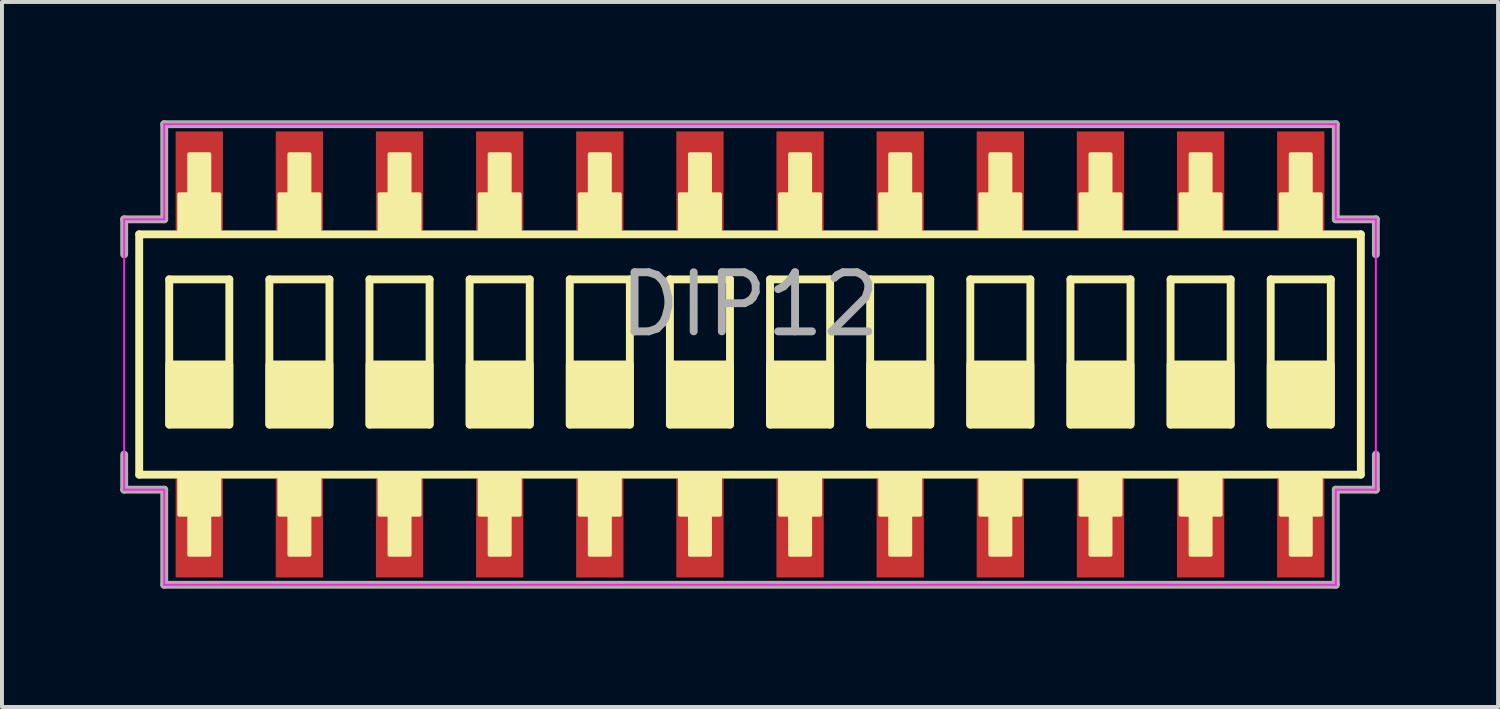
<source format=kicad_pcb>
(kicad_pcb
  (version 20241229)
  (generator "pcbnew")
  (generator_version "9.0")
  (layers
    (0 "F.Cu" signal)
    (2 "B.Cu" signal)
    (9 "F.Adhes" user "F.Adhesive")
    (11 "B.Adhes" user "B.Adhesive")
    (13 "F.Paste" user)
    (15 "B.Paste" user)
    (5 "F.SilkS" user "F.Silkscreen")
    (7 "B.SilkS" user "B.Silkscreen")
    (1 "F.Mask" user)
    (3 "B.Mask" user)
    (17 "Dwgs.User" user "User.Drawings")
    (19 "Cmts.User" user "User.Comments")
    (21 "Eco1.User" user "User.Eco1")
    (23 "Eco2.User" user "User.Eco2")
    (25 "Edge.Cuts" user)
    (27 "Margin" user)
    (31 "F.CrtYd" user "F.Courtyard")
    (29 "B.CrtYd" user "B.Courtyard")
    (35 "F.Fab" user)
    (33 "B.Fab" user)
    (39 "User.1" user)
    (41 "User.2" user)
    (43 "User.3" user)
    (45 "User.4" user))
  (footprint "DIP12"
    (layer "F.Cu")
    (at 15.975 5.942)
    (property "Reference" "DIP12" (at 0 -1.27 180) (layer "F.Fab") (effects (font (size 1.5 1.5) (thickness 0.2))))
    (attr through_hole)
    (fp_line (start -15.494 -3.048) (end -15.494 3.048) (stroke (width 0.2) (type solid)) (layer "F.SilkS"))
    (fp_line (start -15.494 3.048) (end 15.494 3.048) (stroke (width 0.2) (type solid)) (layer "F.SilkS"))
    (fp_line (start -14.732 -1.905) (end -13.208 -1.905) (stroke (width 0.2) (type solid)) (layer "F.SilkS"))
    (fp_line (start -14.732 1.778) (end -14.732 -1.905) (stroke (width 0.2) (type solid)) (layer "F.SilkS"))
    (fp_line (start -13.208 -1.905) (end -13.208 1.778) (stroke (width 0.2) (type solid)) (layer "F.SilkS"))
    (fp_line (start -12.192 -1.905) (end -10.668 -1.905) (stroke (width 0.2) (type solid)) (layer "F.SilkS"))
    (fp_line (start -12.192 1.778) (end -12.192 -1.905) (stroke (width 0.2) (type solid)) (layer "F.SilkS"))
    (fp_line (start -10.668 -1.905) (end -10.668 1.778) (stroke (width 0.2) (type solid)) (layer "F.SilkS"))
    (fp_line (start -9.652 -1.905) (end -8.128 -1.905) (stroke (width 0.2) (type solid)) (layer "F.SilkS"))
    (fp_line (start -9.652 1.778) (end -9.652 -1.905) (stroke (width 0.2) (type solid)) (layer "F.SilkS"))
    (fp_line (start -8.128 -1.905) (end -8.128 1.778) (stroke (width 0.2) (type solid)) (layer "F.SilkS"))
    (fp_line (start -7.112 -1.905) (end -5.588 -1.905) (stroke (width 0.2) (type solid)) (layer "F.SilkS"))
    (fp_line (start -7.112 1.778) (end -7.112 -1.905) (stroke (width 0.2) (type solid)) (layer "F.SilkS"))
    (fp_line (start -5.588 -1.905) (end -5.588 1.778) (stroke (width 0.2) (type solid)) (layer "F.SilkS"))
    (fp_line (start -4.572 -1.905) (end -3.048 -1.905) (stroke (width 0.2) (type solid)) (layer "F.SilkS"))
    (fp_line (start -4.572 1.778) (end -4.572 -1.905) (stroke (width 0.2) (type solid)) (layer "F.SilkS"))
    (fp_line (start -3.048 -1.905) (end -3.048 1.778) (stroke (width 0.2) (type solid)) (layer "F.SilkS"))
    (fp_line (start -2.032 -1.905) (end -0.508 -1.905) (stroke (width 0.2) (type solid)) (layer "F.SilkS"))
    (fp_line (start -2.032 1.778) (end -2.032 -1.905) (stroke (width 0.2) (type solid)) (layer "F.SilkS"))
    (fp_line (start -0.508 -1.905) (end -0.508 1.778) (stroke (width 0.2) (type solid)) (layer "F.SilkS"))
    (fp_line (start 0.508 -1.905) (end 2.032 -1.905) (stroke (width 0.2) (type solid)) (layer "F.SilkS"))
    (fp_line (start 0.508 1.778) (end 0.508 -1.905) (stroke (width 0.2) (type solid)) (layer "F.SilkS"))
    (fp_line (start 2.032 -1.905) (end 2.032 1.778) (stroke (width 0.2) (type solid)) (layer "F.SilkS"))
    (fp_line (start 3.048 -1.905) (end 4.572 -1.905) (stroke (width 0.2) (type solid)) (layer "F.SilkS"))
    (fp_line (start 3.048 1.778) (end 3.048 -1.905) (stroke (width 0.2) (type solid)) (layer "F.SilkS"))
    (fp_line (start 4.572 -1.905) (end 4.572 1.778) (stroke (width 0.2) (type solid)) (layer "F.SilkS"))
    (fp_line (start 5.588 -1.905) (end 7.112 -1.905) (stroke (width 0.2) (type solid)) (layer "F.SilkS"))
    (fp_line (start 5.588 1.778) (end 5.588 -1.905) (stroke (width 0.2) (type solid)) (layer "F.SilkS"))
    (fp_line (start 7.112 -1.905) (end 7.112 1.778) (stroke (width 0.2) (type solid)) (layer "F.SilkS"))
    (fp_line (start 8.128 -1.905) (end 9.652 -1.905) (stroke (width 0.2) (type solid)) (layer "F.SilkS"))
    (fp_line (start 8.128 1.778) (end 8.128 -1.905) (stroke (width 0.2) (type solid)) (layer "F.SilkS"))
    (fp_line (start 9.652 -1.905) (end 9.652 1.778) (stroke (width 0.2) (type solid)) (layer "F.SilkS"))
    (fp_line (start 10.668 -1.905) (end 10.668 1.778) (stroke (width 0.2) (type solid)) (layer "F.SilkS"))
    (fp_line (start 10.668 -1.905) (end 12.192 -1.905) (stroke (width 0.2) (type solid)) (layer "F.SilkS"))
    (fp_line (start 12.192 -1.905) (end 12.192 1.778) (stroke (width 0.2) (type solid)) (layer "F.SilkS"))
    (fp_line (start 13.208 -1.905) (end 14.732 -1.905) (stroke (width 0.2) (type solid)) (layer "F.SilkS"))
    (fp_line (start 13.208 1.778) (end 13.208 -1.905) (stroke (width 0.2) (type solid)) (layer "F.SilkS"))
    (fp_line (start 14.732 -1.905) (end 14.732 1.778) (stroke (width 0.2) (type solid)) (layer "F.SilkS"))
    (fp_line (start 15.494 -3.048) (end -15.494 -3.048) (stroke (width 0.2) (type solid)) (layer "F.SilkS"))
    (fp_line (start 15.494 -3.048) (end 15.494 3.048) (stroke (width 0.2) (type solid)) (layer "F.SilkS"))
    (fp_poly (pts (xy -13.208 1.778) (xy -14.732 1.778) (xy -14.732 0.254) (xy -13.208 0.254)) (stroke (width 0.2) (type solid)) (fill yes) (layer "F.SilkS"))
    (fp_poly (pts (xy -10.668 1.778) (xy -12.192 1.778) (xy -12.192 0.254) (xy -10.668 0.254)) (stroke (width 0.2) (type solid)) (fill yes) (layer "F.SilkS"))
    (fp_poly (pts (xy -8.128 1.778) (xy -9.652 1.778) (xy -9.652 0.254) (xy -8.128 0.254)) (stroke (width 0.2) (type solid)) (fill yes) (layer "F.SilkS"))
    (fp_poly (pts (xy -5.588 1.778) (xy -7.112 1.778) (xy -7.112 0.254) (xy -5.588 0.254)) (stroke (width 0.2) (type solid)) (fill yes) (layer "F.SilkS"))
    (fp_poly (pts (xy -3.048 1.778) (xy -4.572 1.778) (xy -4.572 0.254) (xy -3.048 0.254)) (stroke (width 0.2) (type solid)) (fill yes) (layer "F.SilkS"))
    (fp_poly (pts (xy -0.508 1.778) (xy -2.032 1.778) (xy -2.032 0.254) (xy -0.508 0.254)) (stroke (width 0.2) (type solid)) (fill yes) (layer "F.SilkS"))
    (fp_poly (pts (xy 2.032 1.778) (xy 0.508 1.778) (xy 0.508 0.254) (xy 2.032 0.254)) (stroke (width 0.2) (type solid)) (fill yes) (layer "F.SilkS"))
    (fp_poly (pts (xy 4.572 1.778) (xy 3.048 1.778) (xy 3.048 0.254) (xy 4.572 0.254)) (stroke (width 0.2) (type solid)) (fill yes) (layer "F.SilkS"))
    (fp_poly (pts (xy 7.112 1.778) (xy 5.588 1.778) (xy 5.588 0.254) (xy 7.112 0.254)) (stroke (width 0.2) (type solid)) (fill yes) (layer "F.SilkS"))
    (fp_poly (pts (xy 9.652 1.778) (xy 8.128 1.778) (xy 8.128 0.254) (xy 9.652 0.254)) (stroke (width 0.2) (type solid)) (fill yes) (layer "F.SilkS"))
    (fp_poly (pts (xy 12.192 1.778) (xy 10.668 1.778) (xy 10.668 0.254) (xy 12.192 0.254)) (stroke (width 0.2) (type solid)) (fill yes) (layer "F.SilkS"))
    (fp_poly (pts (xy 14.732 1.778) (xy 13.208 1.778) (xy 13.208 0.254) (xy 14.732 0.254)) (stroke (width 0.2) (type solid)) (fill yes) (layer "F.SilkS"))
    (fp_poly (pts (xy -14.224 4.064) (xy -14.478 4.064) (xy -14.478 3.048) (xy -13.462 3.048) (xy -13.462 4.064) (xy -13.716 4.064) (xy -13.716 5.08) (xy -14.224 5.08)) (stroke (width 0.1) (type solid)) (fill yes) (layer "F.SilkS"))
    (fp_poly (pts (xy -13.716 -4.064) (xy -13.462 -4.064) (xy -13.462 -3.048) (xy -14.478 -3.048) (xy -14.478 -4.064) (xy -14.224 -4.064) (xy -14.224 -5.08) (xy -13.716 -5.08)) (stroke (width 0.1) (type solid)) (fill yes) (layer "F.SilkS"))
    (fp_poly (pts (xy -11.684 4.064) (xy -11.938 4.064) (xy -11.938 3.048) (xy -10.922 3.048) (xy -10.922 4.064) (xy -11.176 4.064) (xy -11.176 5.08) (xy -11.684 5.08)) (stroke (width 0.1) (type solid)) (fill yes) (layer "F.SilkS"))
    (fp_poly (pts (xy -11.176 -4.064) (xy -10.922 -4.064) (xy -10.922 -3.048) (xy -11.938 -3.048) (xy -11.938 -4.064) (xy -11.684 -4.064) (xy -11.684 -5.08) (xy -11.176 -5.08)) (stroke (width 0.1) (type solid)) (fill yes) (layer "F.SilkS"))
    (fp_poly (pts (xy -9.144 4.064) (xy -9.398 4.064) (xy -9.398 3.048) (xy -8.382 3.048) (xy -8.382 4.064) (xy -8.636 4.064) (xy -8.636 5.08) (xy -9.144 5.08)) (stroke (width 0.1) (type solid)) (fill yes) (layer "F.SilkS"))
    (fp_poly (pts (xy -8.636 -4.064) (xy -8.382 -4.064) (xy -8.382 -3.048) (xy -9.398 -3.048) (xy -9.398 -4.064) (xy -9.144 -4.064) (xy -9.144 -5.08) (xy -8.636 -5.08)) (stroke (width 0.1) (type solid)) (fill yes) (layer "F.SilkS"))
    (fp_poly (pts (xy -6.604 4.064) (xy -6.858 4.064) (xy -6.858 3.048) (xy -5.842 3.048) (xy -5.842 4.064) (xy -6.096 4.064) (xy -6.096 5.08) (xy -6.604 5.08)) (stroke (width 0.1) (type solid)) (fill yes) (layer "F.SilkS"))
    (fp_poly (pts (xy -6.096 -4.064) (xy -5.842 -4.064) (xy -5.842 -3.048) (xy -6.858 -3.048) (xy -6.858 -4.064) (xy -6.604 -4.064) (xy -6.604 -5.08) (xy -6.096 -5.08)) (stroke (width 0.1) (type solid)) (fill yes) (layer "F.SilkS"))
    (fp_poly (pts (xy -4.064 4.064) (xy -4.318 4.064) (xy -4.318 3.048) (xy -3.302 3.048) (xy -3.302 4.064) (xy -3.556 4.064) (xy -3.556 5.08) (xy -4.064 5.08)) (stroke (width 0.1) (type solid)) (fill yes) (layer "F.SilkS"))
    (fp_poly (pts (xy -3.556 -4.064) (xy -3.302 -4.064) (xy -3.302 -3.048) (xy -4.318 -3.048) (xy -4.318 -4.064) (xy -4.064 -4.064) (xy -4.064 -5.08) (xy -3.556 -5.08)) (stroke (width 0.1) (type solid)) (fill yes) (layer "F.SilkS"))
    (fp_poly (pts (xy -1.524 4.064) (xy -1.778 4.064) (xy -1.778 3.048) (xy -0.762 3.048) (xy -0.762 4.064) (xy -1.016 4.064) (xy -1.016 5.08) (xy -1.524 5.08)) (stroke (width 0.1) (type solid)) (fill yes) (layer "F.SilkS"))
    (fp_poly (pts (xy -1.016 -4.064) (xy -0.762 -4.064) (xy -0.762 -3.048) (xy -1.778 -3.048) (xy -1.778 -4.064) (xy -1.524 -4.064) (xy -1.524 -5.08) (xy -1.016 -5.08)) (stroke (width 0.1) (type solid)) (fill yes) (layer "F.SilkS"))
    (fp_poly (pts (xy 1.016 4.064) (xy 0.762 4.064) (xy 0.762 3.048) (xy 1.778 3.048) (xy 1.778 4.064) (xy 1.524 4.064) (xy 1.524 5.08) (xy 1.016 5.08)) (stroke (width 0.1) (type solid)) (fill yes) (layer "F.SilkS"))
    (fp_poly (pts (xy 1.524 -4.064) (xy 1.778 -4.064) (xy 1.778 -3.048) (xy 0.762 -3.048) (xy 0.762 -4.064) (xy 1.016 -4.064) (xy 1.016 -5.08) (xy 1.524 -5.08)) (stroke (width 0.1) (type solid)) (fill yes) (layer "F.SilkS"))
    (fp_poly (pts (xy 3.556 4.064) (xy 3.302 4.064) (xy 3.302 3.048) (xy 4.318 3.048) (xy 4.318 4.064) (xy 4.064 4.064) (xy 4.064 5.08) (xy 3.556 5.08)) (stroke (width 0.1) (type solid)) (fill yes) (layer "F.SilkS"))
    (fp_poly (pts (xy 4.064 -4.064) (xy 4.318 -4.064) (xy 4.318 -3.048) (xy 3.302 -3.048) (xy 3.302 -4.064) (xy 3.556 -4.064) (xy 3.556 -5.08) (xy 4.064 -5.08)) (stroke (width 0.1) (type solid)) (fill yes) (layer "F.SilkS"))
    (fp_poly (pts (xy 6.096 4.064) (xy 5.842 4.064) (xy 5.842 3.048) (xy 6.858 3.048) (xy 6.858 4.064) (xy 6.604 4.064) (xy 6.604 5.08) (xy 6.096 5.08)) (stroke (width 0.1) (type solid)) (fill yes) (layer "F.SilkS"))
    (fp_poly (pts (xy 6.604 -4.064) (xy 6.858 -4.064) (xy 6.858 -3.048) (xy 5.842 -3.048) (xy 5.842 -4.064) (xy 6.096 -4.064) (xy 6.096 -5.08) (xy 6.604 -5.08)) (stroke (width 0.1) (type solid)) (fill yes) (layer "F.SilkS"))
    (fp_poly (pts (xy 8.636 4.064) (xy 8.382 4.064) (xy 8.382 3.048) (xy 9.398 3.048) (xy 9.398 4.064) (xy 9.144 4.064) (xy 9.144 5.08) (xy 8.636 5.08)) (stroke (width 0.1) (type solid)) (fill yes) (layer "F.SilkS"))
    (fp_poly (pts (xy 9.144 -4.064) (xy 9.398 -4.064) (xy 9.398 -3.048) (xy 8.382 -3.048) (xy 8.382 -4.064) (xy 8.636 -4.064) (xy 8.636 -5.08) (xy 9.144 -5.08)) (stroke (width 0.1) (type solid)) (fill yes) (layer "F.SilkS"))
    (fp_poly (pts (xy 11.176 4.064) (xy 10.922 4.064) (xy 10.922 3.048) (xy 11.938 3.048) (xy 11.938 4.064) (xy 11.684 4.064) (xy 11.684 5.08) (xy 11.176 5.08)) (stroke (width 0.1) (type solid)) (fill yes) (layer "F.SilkS"))
    (fp_poly (pts (xy 11.684 -4.064) (xy 11.938 -4.064) (xy 11.938 -3.048) (xy 10.922 -3.048) (xy 10.922 -4.064) (xy 11.176 -4.064) (xy 11.176 -5.08) (xy 11.684 -5.08)) (stroke (width 0.1) (type solid)) (fill yes) (layer "F.SilkS"))
    (fp_poly (pts (xy 13.716 4.064) (xy 13.462 4.064) (xy 13.462 3.048) (xy 14.478 3.048) (xy 14.478 4.064) (xy 14.224 4.064) (xy 14.224 5.08) (xy 13.716 5.08)) (stroke (width 0.1) (type solid)) (fill yes) (layer "F.SilkS"))
    (fp_poly (pts (xy 14.224 -4.064) (xy 14.478 -4.064) (xy 14.478 -3.048) (xy 13.462 -3.048) (xy 13.462 -4.064) (xy 13.716 -4.064) (xy 13.716 -5.08) (xy 14.224 -5.08)) (stroke (width 0.1) (type solid)) (fill yes) (layer "F.SilkS"))
    (fp_line (start -15.875 3.429) (end -15.875 -3.429) (stroke (width 0.05) (type solid)) (layer "F.CrtYd"))
    (fp_line (start -14.859 -3.429) (end -15.875 -3.429) (stroke (width 0.05) (type solid)) (layer "F.CrtYd"))
    (fp_line (start -14.859 -3.429) (end -14.859 -5.842) (stroke (width 0.05) (type solid)) (layer "F.CrtYd"))
    (fp_line (start -14.859 3.429) (end -15.875 3.429) (stroke (width 0.05) (type solid)) (layer "F.CrtYd"))
    (fp_line (start -14.859 5.842) (end -14.859 3.429) (stroke (width 0.05) (type solid)) (layer "F.CrtYd"))
    (fp_line (start 14.859 -5.842) (end -14.859 -5.842) (stroke (width 0.05) (type solid)) (layer "F.CrtYd"))
    (fp_line (start 14.859 -3.429) (end 14.859 -5.842) (stroke (width 0.05) (type solid)) (layer "F.CrtYd"))
    (fp_line (start 14.859 5.842) (end -14.859 5.842) (stroke (width 0.05) (type solid)) (layer "F.CrtYd"))
    (fp_line (start 14.859 5.842) (end 14.859 3.429) (stroke (width 0.05) (type solid)) (layer "F.CrtYd"))
    (fp_line (start 15.875 -3.429) (end 14.859 -3.429) (stroke (width 0.05) (type solid)) (layer "F.CrtYd"))
    (fp_line (start 15.875 3.429) (end 14.859 3.429) (stroke (width 0.05) (type solid)) (layer "F.CrtYd"))
    (fp_line (start 15.875 3.429) (end 15.875 -3.429) (stroke (width 0.05) (type solid)) (layer "F.CrtYd"))
    (fp_line (start -15.875 -3.429) (end -15.875 -2.54) (stroke (width 0.2) (type solid)) (layer "F.Fab"))
    (fp_line (start -15.875 2.54) (end -15.875 3.429) (stroke (width 0.2) (type solid)) (layer "F.Fab"))
    (fp_line (start -14.859 -5.842) (end -14.859 -3.429) (stroke (width 0.2) (type solid)) (layer "F.Fab"))
    (fp_line (start -14.859 -5.842) (end 14.859 -5.842) (stroke (width 0.2) (type solid)) (layer "F.Fab"))
    (fp_line (start -14.859 -3.429) (end -15.875 -3.429) (stroke (width 0.2) (type solid)) (layer "F.Fab"))
    (fp_line (start -14.859 3.429) (end -15.875 3.429) (stroke (width 0.2) (type solid)) (layer "F.Fab"))
    (fp_line (start -14.859 3.429) (end -14.859 5.842) (stroke (width 0.2) (type solid)) (layer "F.Fab"))
    (fp_line (start -14.859 5.842) (end 14.859 5.842) (stroke (width 0.2) (type solid)) (layer "F.Fab"))
    (fp_line (start 14.859 -5.842) (end 14.859 -3.429) (stroke (width 0.2) (type solid)) (layer "F.Fab"))
    (fp_line (start 14.859 3.429) (end 14.859 5.842) (stroke (width 0.2) (type solid)) (layer "F.Fab"))
    (fp_line (start 15.875 -3.429) (end 14.859 -3.429) (stroke (width 0.2) (type solid)) (layer "F.Fab"))
    (fp_line (start 15.875 -3.429) (end 15.875 -2.54) (stroke (width 0.2) (type solid)) (layer "F.Fab"))
    (fp_line (start 15.875 2.54) (end 15.875 3.429) (stroke (width 0.2) (type solid)) (layer "F.Fab"))
    (fp_line (start 15.875 3.429) (end 14.859 3.429) (stroke (width 0.2) (type solid)) (layer "F.Fab"))
    (pad "1" smd rect (at -13.97 4.407) (size 1.2 2.5) (layers "F.Cu" "F.Mask" "F.Paste"))
    (pad "2" smd rect (at -13.97 -4.407) (size 1.2 2.5) (layers "F.Cu" "F.Mask" "F.Paste"))
    (pad "3" smd rect (at -11.43 4.407) (size 1.2 2.5) (layers "F.Cu" "F.Mask" "F.Paste"))
    (pad "4" smd rect (at -11.43 -4.407) (size 1.2 2.5) (layers "F.Cu" "F.Mask" "F.Paste"))
    (pad "5" smd rect (at -8.89 4.407) (size 1.2 2.5) (layers "F.Cu" "F.Mask" "F.Paste"))
    (pad "6" smd rect (at -8.89 -4.407) (size 1.2 2.5) (layers "F.Cu" "F.Mask" "F.Paste"))
    (pad "7" smd rect (at -6.35 4.407) (size 1.2 2.5) (layers "F.Cu" "F.Mask" "F.Paste"))
    (pad "8" smd rect (at -6.35 -4.407) (size 1.2 2.5) (layers "F.Cu" "F.Mask" "F.Paste"))
    (pad "9" smd rect (at -3.81 4.407) (size 1.2 2.5) (layers "F.Cu" "F.Mask" "F.Paste"))
    (pad "10" smd rect (at -3.81 -4.407) (size 1.2 2.5) (layers "F.Cu" "F.Mask" "F.Paste"))
    (pad "11" smd rect (at -1.27 4.407) (size 1.2 2.5) (layers "F.Cu" "F.Mask" "F.Paste"))
    (pad "12" smd rect (at -1.27 -4.407) (size 1.2 2.5) (layers "F.Cu" "F.Mask" "F.Paste"))
    (pad "13" smd rect (at 1.27 4.407) (size 1.2 2.5) (layers "F.Cu" "F.Mask" "F.Paste"))
    (pad "14" smd rect (at 1.27 -4.407) (size 1.2 2.5) (layers "F.Cu" "F.Mask" "F.Paste"))
    (pad "15" smd rect (at 3.81 4.407) (size 1.2 2.5) (layers "F.Cu" "F.Mask" "F.Paste"))
    (pad "16" smd rect (at 3.81 -4.407) (size 1.2 2.5) (layers "F.Cu" "F.Mask" "F.Paste"))
    (pad "17" smd rect (at 6.35 4.407) (size 1.2 2.5) (layers "F.Cu" "F.Mask" "F.Paste"))
    (pad "18" smd rect (at 6.35 -4.407) (size 1.2 2.5) (layers "F.Cu" "F.Mask" "F.Paste"))
    (pad "19" smd rect (at 8.89 4.407) (size 1.2 2.5) (layers "F.Cu" "F.Mask" "F.Paste"))
    (pad "20" smd rect (at 8.89 -4.407) (size 1.2 2.5) (layers "F.Cu" "F.Mask" "F.Paste"))
    (pad "21" smd rect (at 11.43 4.407) (size 1.2 2.5) (layers "F.Cu" "F.Mask" "F.Paste"))
    (pad "22" smd rect (at 11.43 -4.407) (size 1.2 2.5) (layers "F.Cu" "F.Mask" "F.Paste"))
    (pad "23" smd rect (at 13.97 4.407) (size 1.2 2.5) (layers "F.Cu" "F.Mask" "F.Paste"))
    (pad "24" smd rect (at 13.97 -4.407) (size 1.2 2.5) (layers "F.Cu" "F.Mask" "F.Paste")))
  (gr_rect
    (start -3 -3)
    (end 34.95 14.884)
    (stroke (width 0.1) (type default))
    (fill no)
    (layer "Edge.Cuts")))
</source>
